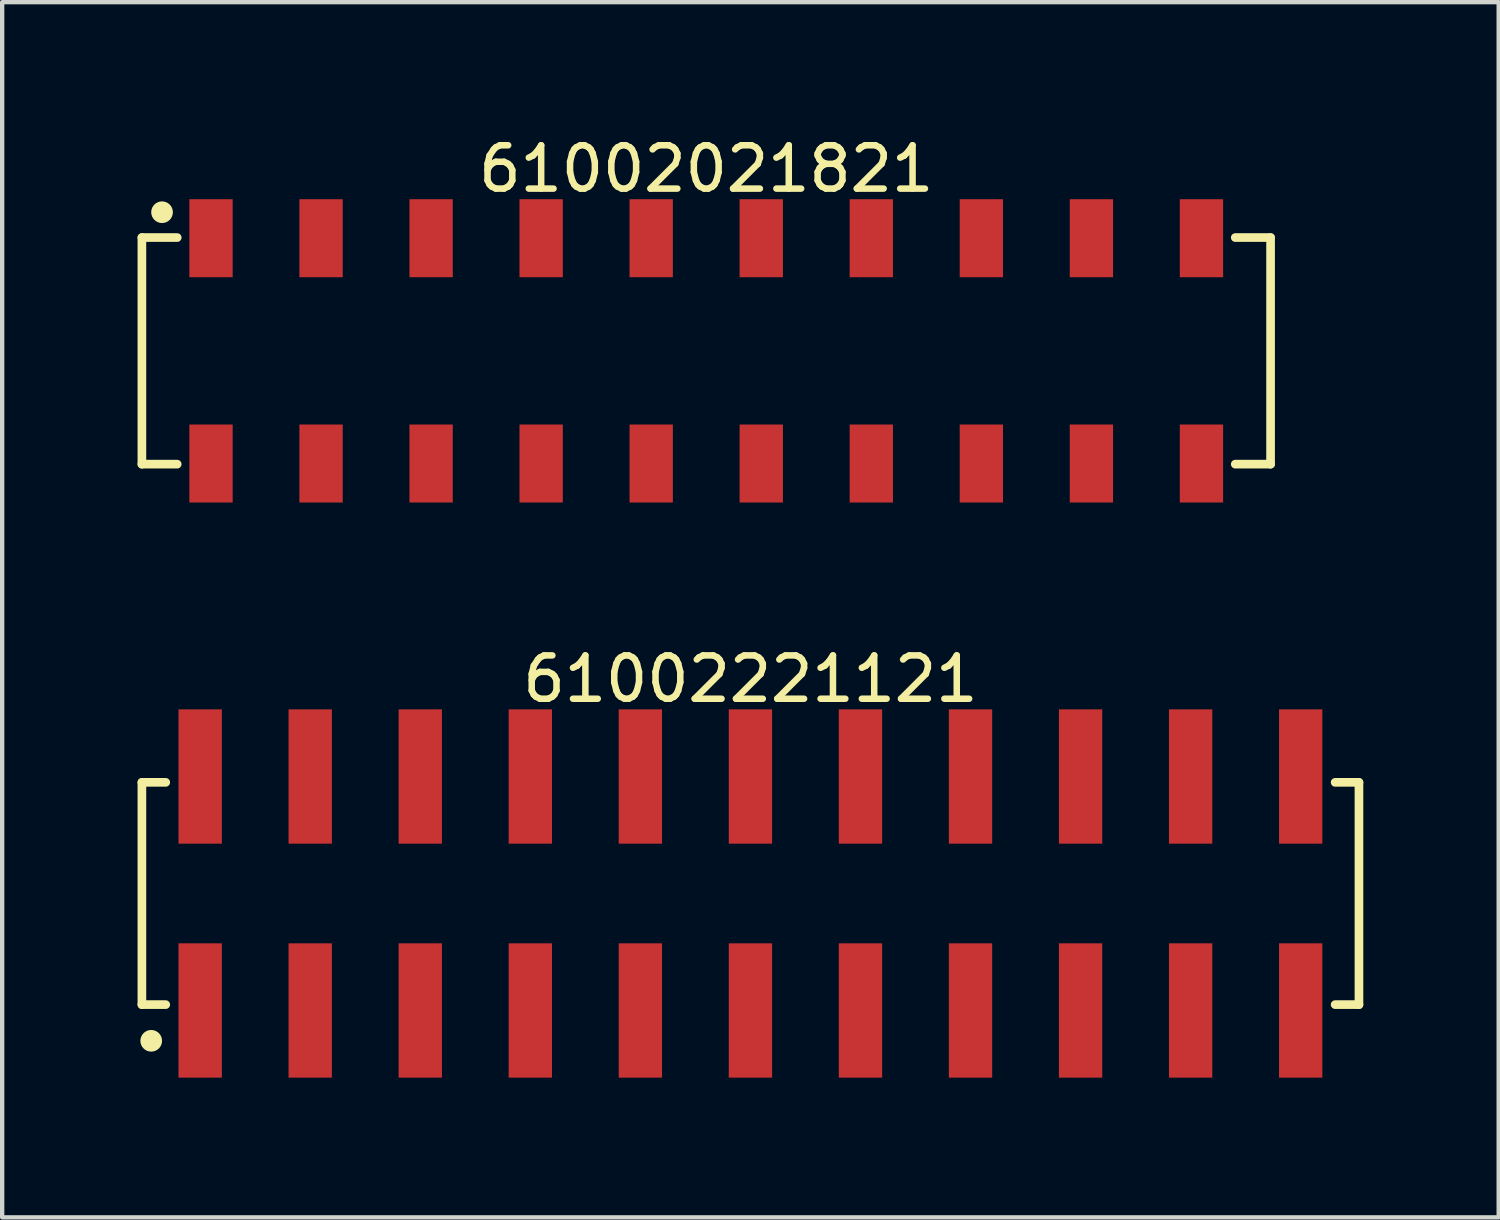
<source format=kicad_pcb>
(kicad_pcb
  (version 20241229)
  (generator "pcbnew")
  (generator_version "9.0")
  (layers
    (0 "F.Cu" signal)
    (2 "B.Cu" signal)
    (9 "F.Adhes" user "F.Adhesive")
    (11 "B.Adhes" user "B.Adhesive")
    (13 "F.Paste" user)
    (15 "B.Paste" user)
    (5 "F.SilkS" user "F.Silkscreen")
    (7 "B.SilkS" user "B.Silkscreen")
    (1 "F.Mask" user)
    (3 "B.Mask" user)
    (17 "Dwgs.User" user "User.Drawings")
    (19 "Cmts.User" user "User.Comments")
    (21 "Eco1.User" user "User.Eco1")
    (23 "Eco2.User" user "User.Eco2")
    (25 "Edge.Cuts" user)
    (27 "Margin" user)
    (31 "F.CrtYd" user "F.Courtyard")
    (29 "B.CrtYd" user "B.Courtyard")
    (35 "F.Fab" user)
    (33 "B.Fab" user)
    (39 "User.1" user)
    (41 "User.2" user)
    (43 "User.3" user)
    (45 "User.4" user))
  (footprint "61002021821"
    (layer "F.Cu")
    (at 13.25 5.048)
    (property "Reference" "61002021821" (at 0 -4.2 0) (layer "F.SilkS") (effects (font (size 1 1) (thickness 0.15))))
    (fp_line (start -13.025 -2.615) (end -12.21 -2.615) (stroke (width 0.2) (type solid)) (layer "F.SilkS"))
    (fp_line (start -13.025 2.615) (end -13.025 -2.615) (stroke (width 0.2) (type solid)) (layer "F.SilkS"))
    (fp_line (start -13.025 2.615) (end -12.21 2.615) (stroke (width 0.2) (type solid)) (layer "F.SilkS"))
    (fp_line (start 12.21 -2.615) (end 13.025 -2.615) (stroke (width 0.2) (type solid)) (layer "F.SilkS"))
    (fp_line (start 12.21 2.615) (end 13.025 2.615) (stroke (width 0.2) (type solid)) (layer "F.SilkS"))
    (fp_line (start 13.025 2.615) (end 13.025 -2.615) (stroke (width 0.2) (type solid)) (layer "F.SilkS"))
    (fp_circle (center -12.56 -3.2) (end -12.56 -3.325) (stroke (width 0.25) (type solid)) (fill no) (layer "F.SilkS"))
    (fp_line (start -13.225 -3.7) (end 13.225 -3.7) (stroke (width 0.05) (type solid)) (layer "Eco2.User"))
    (fp_line (start -13.225 3.7) (end -13.225 -3.7) (stroke (width 0.05) (type solid)) (layer "Eco2.User"))
    (fp_line (start -13.225 3.7) (end 13.225 3.7) (stroke (width 0.05) (type solid)) (layer "Eco2.User"))
    (fp_line (start -12.95 -2.54) (end 12.95 -2.54) (stroke (width 0.1) (type solid)) (layer "Eco2.User"))
    (fp_line (start -12.95 2.54) (end -12.95 -2.54) (stroke (width 0.1) (type solid)) (layer "Eco2.User"))
    (fp_line (start -12.95 2.54) (end 12.95 2.54) (stroke (width 0.1) (type solid)) (layer "Eco2.User"))
    (fp_line (start -11.75 -3.35) (end -11.11 -3.35) (stroke (width 0.1) (type solid)) (layer "Eco2.User"))
    (fp_line (start -11.75 -2.54) (end -11.75 -3.35) (stroke (width 0.1) (type solid)) (layer "Eco2.User"))
    (fp_line (start -11.75 3.35) (end -11.75 2.54) (stroke (width 0.1) (type solid)) (layer "Eco2.User"))
    (fp_line (start -11.75 3.35) (end -11.11 3.35) (stroke (width 0.1) (type solid)) (layer "Eco2.User"))
    (fp_line (start -11.11 -2.54) (end -11.11 -3.35) (stroke (width 0.1) (type solid)) (layer "Eco2.User"))
    (fp_line (start -11.11 3.35) (end -11.11 2.54) (stroke (width 0.1) (type solid)) (layer "Eco2.User"))
    (fp_line (start -9.21 -3.35) (end -8.57 -3.35) (stroke (width 0.1) (type solid)) (layer "Eco2.User"))
    (fp_line (start -9.21 -2.54) (end -9.21 -3.35) (stroke (width 0.1) (type solid)) (layer "Eco2.User"))
    (fp_line (start -9.21 3.35) (end -9.21 2.54) (stroke (width 0.1) (type solid)) (layer "Eco2.User"))
    (fp_line (start -9.21 3.35) (end -8.57 3.35) (stroke (width 0.1) (type solid)) (layer "Eco2.User"))
    (fp_line (start -8.57 -2.54) (end -8.57 -3.35) (stroke (width 0.1) (type solid)) (layer "Eco2.User"))
    (fp_line (start -8.57 3.35) (end -8.57 2.54) (stroke (width 0.1) (type solid)) (layer "Eco2.User"))
    (fp_line (start -6.67 -3.35) (end -6.03 -3.35) (stroke (width 0.1) (type solid)) (layer "Eco2.User"))
    (fp_line (start -6.67 -2.54) (end -6.67 -3.35) (stroke (width 0.1) (type solid)) (layer "Eco2.User"))
    (fp_line (start -6.67 3.35) (end -6.67 2.54) (stroke (width 0.1) (type solid)) (layer "Eco2.User"))
    (fp_line (start -6.67 3.35) (end -6.03 3.35) (stroke (width 0.1) (type solid)) (layer "Eco2.User"))
    (fp_line (start -6.03 -2.54) (end -6.03 -3.35) (stroke (width 0.1) (type solid)) (layer "Eco2.User"))
    (fp_line (start -6.03 3.35) (end -6.03 2.54) (stroke (width 0.1) (type solid)) (layer "Eco2.User"))
    (fp_line (start -4.13 -3.35) (end -3.49 -3.35) (stroke (width 0.1) (type solid)) (layer "Eco2.User"))
    (fp_line (start -4.13 -2.54) (end -4.13 -3.35) (stroke (width 0.1) (type solid)) (layer "Eco2.User"))
    (fp_line (start -4.13 3.35) (end -4.13 2.54) (stroke (width 0.1) (type solid)) (layer "Eco2.User"))
    (fp_line (start -4.13 3.35) (end -3.49 3.35) (stroke (width 0.1) (type solid)) (layer "Eco2.User"))
    (fp_line (start -3.49 -2.54) (end -3.49 -3.35) (stroke (width 0.1) (type solid)) (layer "Eco2.User"))
    (fp_line (start -3.49 3.35) (end -3.49 2.54) (stroke (width 0.1) (type solid)) (layer "Eco2.User"))
    (fp_line (start -1.59 -3.35) (end -0.95 -3.35) (stroke (width 0.1) (type solid)) (layer "Eco2.User"))
    (fp_line (start -1.59 -2.54) (end -1.59 -3.35) (stroke (width 0.1) (type solid)) (layer "Eco2.User"))
    (fp_line (start -1.59 3.35) (end -1.59 2.54) (stroke (width 0.1) (type solid)) (layer "Eco2.User"))
    (fp_line (start -1.59 3.35) (end -0.95 3.35) (stroke (width 0.1) (type solid)) (layer "Eco2.User"))
    (fp_line (start -0.95 -2.54) (end -0.95 -3.35) (stroke (width 0.1) (type solid)) (layer "Eco2.User"))
    (fp_line (start -0.95 3.35) (end -0.95 2.54) (stroke (width 0.1) (type solid)) (layer "Eco2.User"))
    (fp_line (start -0.5 0) (end 0.5 0) (stroke (width 0.05) (type solid)) (layer "Eco2.User"))
    (fp_line (start 0 0.5) (end 0 -0.5) (stroke (width 0.05) (type solid)) (layer "Eco2.User"))
    (fp_line (start 0.95 -3.35) (end 1.59 -3.35) (stroke (width 0.1) (type solid)) (layer "Eco2.User"))
    (fp_line (start 0.95 -2.54) (end 0.95 -3.35) (stroke (width 0.1) (type solid)) (layer "Eco2.User"))
    (fp_line (start 0.95 3.35) (end 0.95 2.54) (stroke (width 0.1) (type solid)) (layer "Eco2.User"))
    (fp_line (start 0.95 3.35) (end 1.59 3.35) (stroke (width 0.1) (type solid)) (layer "Eco2.User"))
    (fp_line (start 1.59 -2.54) (end 1.59 -3.35) (stroke (width 0.1) (type solid)) (layer "Eco2.User"))
    (fp_line (start 1.59 3.35) (end 1.59 2.54) (stroke (width 0.1) (type solid)) (layer "Eco2.User"))
    (fp_line (start 3.49 -3.35) (end 4.13 -3.35) (stroke (width 0.1) (type solid)) (layer "Eco2.User"))
    (fp_line (start 3.49 -2.54) (end 3.49 -3.35) (stroke (width 0.1) (type solid)) (layer "Eco2.User"))
    (fp_line (start 3.49 3.35) (end 3.49 2.54) (stroke (width 0.1) (type solid)) (layer "Eco2.User"))
    (fp_line (start 3.49 3.35) (end 4.13 3.35) (stroke (width 0.1) (type solid)) (layer "Eco2.User"))
    (fp_line (start 4.13 -2.54) (end 4.13 -3.35) (stroke (width 0.1) (type solid)) (layer "Eco2.User"))
    (fp_line (start 4.13 3.35) (end 4.13 2.54) (stroke (width 0.1) (type solid)) (layer "Eco2.User"))
    (fp_line (start 6.03 -3.35) (end 6.67 -3.35) (stroke (width 0.1) (type solid)) (layer "Eco2.User"))
    (fp_line (start 6.03 -2.54) (end 6.03 -3.35) (stroke (width 0.1) (type solid)) (layer "Eco2.User"))
    (fp_line (start 6.03 3.35) (end 6.03 2.54) (stroke (width 0.1) (type solid)) (layer "Eco2.User"))
    (fp_line (start 6.03 3.35) (end 6.67 3.35) (stroke (width 0.1) (type solid)) (layer "Eco2.User"))
    (fp_line (start 6.67 -2.54) (end 6.67 -3.35) (stroke (width 0.1) (type solid)) (layer "Eco2.User"))
    (fp_line (start 6.67 3.35) (end 6.67 2.54) (stroke (width 0.1) (type solid)) (layer "Eco2.User"))
    (fp_line (start 8.57 -3.35) (end 9.21 -3.35) (stroke (width 0.1) (type solid)) (layer "Eco2.User"))
    (fp_line (start 8.57 -2.54) (end 8.57 -3.35) (stroke (width 0.1) (type solid)) (layer "Eco2.User"))
    (fp_line (start 8.57 3.35) (end 8.57 2.54) (stroke (width 0.1) (type solid)) (layer "Eco2.User"))
    (fp_line (start 8.57 3.35) (end 9.21 3.35) (stroke (width 0.1) (type solid)) (layer "Eco2.User"))
    (fp_line (start 9.21 -2.54) (end 9.21 -3.35) (stroke (width 0.1) (type solid)) (layer "Eco2.User"))
    (fp_line (start 9.21 3.35) (end 9.21 2.54) (stroke (width 0.1) (type solid)) (layer "Eco2.User"))
    (fp_line (start 11.11 -3.35) (end 11.75 -3.35) (stroke (width 0.1) (type solid)) (layer "Eco2.User"))
    (fp_line (start 11.11 -2.54) (end 11.11 -3.35) (stroke (width 0.1) (type solid)) (layer "Eco2.User"))
    (fp_line (start 11.11 3.35) (end 11.11 2.54) (stroke (width 0.1) (type solid)) (layer "Eco2.User"))
    (fp_line (start 11.11 3.35) (end 11.75 3.35) (stroke (width 0.1) (type solid)) (layer "Eco2.User"))
    (fp_line (start 11.75 -2.54) (end 11.75 -3.35) (stroke (width 0.1) (type solid)) (layer "Eco2.User"))
    (fp_line (start 11.75 3.35) (end 11.75 2.54) (stroke (width 0.1) (type solid)) (layer "Eco2.User"))
    (fp_line (start 12.95 2.54) (end 12.95 -2.54) (stroke (width 0.1) (type solid)) (layer "Eco2.User"))
    (fp_line (start 13.225 3.7) (end 13.225 -3.7) (stroke (width 0.05) (type solid)) (layer "Eco2.User"))
    (fp_text user "${REFERENCE}" (at 0.15 -0.197 0) (unlocked yes) (layer "User.3") (effects (font (size 1.5 1.5) (thickness 0.15))))
    (pad "1" smd rect (at -11.43 -2.6) (size 1 1.8) (layers "F.Cu" "F.Mask" "F.Paste"))
    (pad "2" smd rect (at -11.43 2.6) (size 1 1.8) (layers "F.Cu" "F.Mask" "F.Paste"))
    (pad "3" smd rect (at -8.89 -2.6) (size 1 1.8) (layers "F.Cu" "F.Mask" "F.Paste"))
    (pad "4" smd rect (at -8.89 2.6) (size 1 1.8) (layers "F.Cu" "F.Mask" "F.Paste"))
    (pad "5" smd rect (at -6.35 -2.6) (size 1 1.8) (layers "F.Cu" "F.Mask" "F.Paste"))
    (pad "6" smd rect (at -6.35 2.6) (size 1 1.8) (layers "F.Cu" "F.Mask" "F.Paste"))
    (pad "7" smd rect (at -3.81 -2.6) (size 1 1.8) (layers "F.Cu" "F.Mask" "F.Paste"))
    (pad "8" smd rect (at -3.81 2.6) (size 1 1.8) (layers "F.Cu" "F.Mask" "F.Paste"))
    (pad "9" smd rect (at -1.27 -2.6) (size 1 1.8) (layers "F.Cu" "F.Mask" "F.Paste"))
    (pad "10" smd rect (at -1.27 2.6) (size 1 1.8) (layers "F.Cu" "F.Mask" "F.Paste"))
    (pad "11" smd rect (at 1.27 -2.6) (size 1 1.8) (layers "F.Cu" "F.Mask" "F.Paste"))
    (pad "12" smd rect (at 1.27 2.6) (size 1 1.8) (layers "F.Cu" "F.Mask" "F.Paste"))
    (pad "13" smd rect (at 3.81 -2.6) (size 1 1.8) (layers "F.Cu" "F.Mask" "F.Paste"))
    (pad "14" smd rect (at 3.81 2.6) (size 1 1.8) (layers "F.Cu" "F.Mask" "F.Paste"))
    (pad "15" smd rect (at 6.35 -2.6) (size 1 1.8) (layers "F.Cu" "F.Mask" "F.Paste"))
    (pad "16" smd rect (at 6.35 2.6) (size 1 1.8) (layers "F.Cu" "F.Mask" "F.Paste"))
    (pad "17" smd rect (at 8.89 -2.6) (size 1 1.8) (layers "F.Cu" "F.Mask" "F.Paste"))
    (pad "18" smd rect (at 8.89 2.6) (size 1 1.8) (layers "F.Cu" "F.Mask" "F.Paste"))
    (pad "19" smd rect (at 11.43 -2.6) (size 1 1.8) (layers "F.Cu" "F.Mask" "F.Paste"))
    (pad "20" smd rect (at 11.43 2.6) (size 1 1.8) (layers "F.Cu" "F.Mask" "F.Paste")))
  (footprint "61002221121"
    (layer "F.Cu")
    (at 14.27 17.572)
    (property "Reference" "61002221121" (at 0 -4.95 0) (layer "F.SilkS") (effects (font (size 1 1) (thickness 0.15))))
    (fp_line (start -14.045 -2.565) (end -13.495 -2.565) (stroke (width 0.2) (type solid)) (layer "F.SilkS"))
    (fp_line (start -14.045 2.565) (end -14.045 -2.565) (stroke (width 0.2) (type solid)) (layer "F.SilkS"))
    (fp_line (start -14.045 2.565) (end -13.495 2.565) (stroke (width 0.2) (type solid)) (layer "F.SilkS"))
    (fp_line (start 13.495 -2.565) (end 14.045 -2.565) (stroke (width 0.2) (type solid)) (layer "F.SilkS"))
    (fp_line (start 13.495 2.565) (end 14.045 2.565) (stroke (width 0.2) (type solid)) (layer "F.SilkS"))
    (fp_line (start 14.045 2.565) (end 14.045 -2.565) (stroke (width 0.2) (type solid)) (layer "F.SilkS"))
    (fp_circle (center -13.83 3.4) (end -13.83 3.275) (stroke (width 0.25) (type solid)) (fill no) (layer "F.SilkS"))
    (fp_line (start -14.245 -4.45) (end 14.245 -4.45) (stroke (width 0.05) (type solid)) (layer "Eco2.User"))
    (fp_line (start -14.245 4.45) (end -14.245 -4.45) (stroke (width 0.05) (type solid)) (layer "Eco2.User"))
    (fp_line (start -14.245 4.45) (end 14.245 4.45) (stroke (width 0.05) (type solid)) (layer "Eco2.User"))
    (fp_line (start -13.97 -2.54) (end 13.97 -2.54) (stroke (width 0.1) (type solid)) (layer "Eco2.User"))
    (fp_line (start -13.97 2.54) (end -13.97 -2.54) (stroke (width 0.1) (type solid)) (layer "Eco2.User"))
    (fp_line (start -13.97 2.54) (end 13.97 2.54) (stroke (width 0.1) (type solid)) (layer "Eco2.User"))
    (fp_line (start -13.02 -3.75) (end -12.38 -3.75) (stroke (width 0.1) (type solid)) (layer "Eco2.User"))
    (fp_line (start -13.02 -2.54) (end -13.02 -3.75) (stroke (width 0.1) (type solid)) (layer "Eco2.User"))
    (fp_line (start -13.02 3.75) (end -13.02 2.54) (stroke (width 0.1) (type solid)) (layer "Eco2.User"))
    (fp_line (start -13.02 3.75) (end -12.38 3.75) (stroke (width 0.1) (type solid)) (layer "Eco2.User"))
    (fp_line (start -12.38 -2.54) (end -12.38 -3.75) (stroke (width 0.1) (type solid)) (layer "Eco2.User"))
    (fp_line (start -12.38 3.75) (end -12.38 2.54) (stroke (width 0.1) (type solid)) (layer "Eco2.User"))
    (fp_line (start -10.48 -3.75) (end -9.84 -3.75) (stroke (width 0.1) (type solid)) (layer "Eco2.User"))
    (fp_line (start -10.48 -2.54) (end -10.48 -3.75) (stroke (width 0.1) (type solid)) (layer "Eco2.User"))
    (fp_line (start -10.48 3.75) (end -10.48 2.54) (stroke (width 0.1) (type solid)) (layer "Eco2.User"))
    (fp_line (start -10.48 3.75) (end -9.84 3.75) (stroke (width 0.1) (type solid)) (layer "Eco2.User"))
    (fp_line (start -9.84 -2.54) (end -9.84 -3.75) (stroke (width 0.1) (type solid)) (layer "Eco2.User"))
    (fp_line (start -9.84 3.75) (end -9.84 2.54) (stroke (width 0.1) (type solid)) (layer "Eco2.User"))
    (fp_line (start -7.94 -3.75) (end -7.3 -3.75) (stroke (width 0.1) (type solid)) (layer "Eco2.User"))
    (fp_line (start -7.94 -2.54) (end -7.94 -3.75) (stroke (width 0.1) (type solid)) (layer "Eco2.User"))
    (fp_line (start -7.94 3.75) (end -7.94 2.54) (stroke (width 0.1) (type solid)) (layer "Eco2.User"))
    (fp_line (start -7.94 3.75) (end -7.3 3.75) (stroke (width 0.1) (type solid)) (layer "Eco2.User"))
    (fp_line (start -7.3 -2.54) (end -7.3 -3.75) (stroke (width 0.1) (type solid)) (layer "Eco2.User"))
    (fp_line (start -7.3 3.75) (end -7.3 2.54) (stroke (width 0.1) (type solid)) (layer "Eco2.User"))
    (fp_line (start -5.4 -3.75) (end -4.76 -3.75) (stroke (width 0.1) (type solid)) (layer "Eco2.User"))
    (fp_line (start -5.4 -2.54) (end -5.4 -3.75) (stroke (width 0.1) (type solid)) (layer "Eco2.User"))
    (fp_line (start -5.4 3.75) (end -5.4 2.54) (stroke (width 0.1) (type solid)) (layer "Eco2.User"))
    (fp_line (start -5.4 3.75) (end -4.76 3.75) (stroke (width 0.1) (type solid)) (layer "Eco2.User"))
    (fp_line (start -4.76 -2.54) (end -4.76 -3.75) (stroke (width 0.1) (type solid)) (layer "Eco2.User"))
    (fp_line (start -4.76 3.75) (end -4.76 2.54) (stroke (width 0.1) (type solid)) (layer "Eco2.User"))
    (fp_line (start -2.86 -3.75) (end -2.22 -3.75) (stroke (width 0.1) (type solid)) (layer "Eco2.User"))
    (fp_line (start -2.86 -2.54) (end -2.86 -3.75) (stroke (width 0.1) (type solid)) (layer "Eco2.User"))
    (fp_line (start -2.86 3.75) (end -2.86 2.54) (stroke (width 0.1) (type solid)) (layer "Eco2.User"))
    (fp_line (start -2.86 3.75) (end -2.22 3.75) (stroke (width 0.1) (type solid)) (layer "Eco2.User"))
    (fp_line (start -2.22 -2.54) (end -2.22 -3.75) (stroke (width 0.1) (type solid)) (layer "Eco2.User"))
    (fp_line (start -2.22 3.75) (end -2.22 2.54) (stroke (width 0.1) (type solid)) (layer "Eco2.User"))
    (fp_line (start -0.5 0) (end 0.5 0) (stroke (width 0.05) (type solid)) (layer "Eco2.User"))
    (fp_line (start -0.32 -3.75) (end 0.32 -3.75) (stroke (width 0.1) (type solid)) (layer "Eco2.User"))
    (fp_line (start -0.32 -2.54) (end -0.32 -3.75) (stroke (width 0.1) (type solid)) (layer "Eco2.User"))
    (fp_line (start -0.32 3.75) (end -0.32 2.54) (stroke (width 0.1) (type solid)) (layer "Eco2.User"))
    (fp_line (start -0.32 3.75) (end 0.32 3.75) (stroke (width 0.1) (type solid)) (layer "Eco2.User"))
    (fp_line (start 0 0.5) (end 0 -0.5) (stroke (width 0.05) (type solid)) (layer "Eco2.User"))
    (fp_line (start 0.32 -2.54) (end 0.32 -3.75) (stroke (width 0.1) (type solid)) (layer "Eco2.User"))
    (fp_line (start 0.32 3.75) (end 0.32 2.54) (stroke (width 0.1) (type solid)) (layer "Eco2.User"))
    (fp_line (start 2.22 -3.75) (end 2.86 -3.75) (stroke (width 0.1) (type solid)) (layer "Eco2.User"))
    (fp_line (start 2.22 -2.54) (end 2.22 -3.75) (stroke (width 0.1) (type solid)) (layer "Eco2.User"))
    (fp_line (start 2.22 3.75) (end 2.22 2.54) (stroke (width 0.1) (type solid)) (layer "Eco2.User"))
    (fp_line (start 2.22 3.75) (end 2.86 3.75) (stroke (width 0.1) (type solid)) (layer "Eco2.User"))
    (fp_line (start 2.86 -2.54) (end 2.86 -3.75) (stroke (width 0.1) (type solid)) (layer "Eco2.User"))
    (fp_line (start 2.86 3.75) (end 2.86 2.54) (stroke (width 0.1) (type solid)) (layer "Eco2.User"))
    (fp_line (start 4.76 -3.75) (end 5.4 -3.75) (stroke (width 0.1) (type solid)) (layer "Eco2.User"))
    (fp_line (start 4.76 -2.54) (end 4.76 -3.75) (stroke (width 0.1) (type solid)) (layer "Eco2.User"))
    (fp_line (start 4.76 3.75) (end 4.76 2.54) (stroke (width 0.1) (type solid)) (layer "Eco2.User"))
    (fp_line (start 4.76 3.75) (end 5.4 3.75) (stroke (width 0.1) (type solid)) (layer "Eco2.User"))
    (fp_line (start 5.4 -2.54) (end 5.4 -3.75) (stroke (width 0.1) (type solid)) (layer "Eco2.User"))
    (fp_line (start 5.4 3.75) (end 5.4 2.54) (stroke (width 0.1) (type solid)) (layer "Eco2.User"))
    (fp_line (start 7.3 -3.75) (end 7.94 -3.75) (stroke (width 0.1) (type solid)) (layer "Eco2.User"))
    (fp_line (start 7.3 -2.54) (end 7.3 -3.75) (stroke (width 0.1) (type solid)) (layer "Eco2.User"))
    (fp_line (start 7.3 3.75) (end 7.3 2.54) (stroke (width 0.1) (type solid)) (layer "Eco2.User"))
    (fp_line (start 7.3 3.75) (end 7.94 3.75) (stroke (width 0.1) (type solid)) (layer "Eco2.User"))
    (fp_line (start 7.94 -2.54) (end 7.94 -3.75) (stroke (width 0.1) (type solid)) (layer "Eco2.User"))
    (fp_line (start 7.94 3.75) (end 7.94 2.54) (stroke (width 0.1) (type solid)) (layer "Eco2.User"))
    (fp_line (start 9.84 -3.75) (end 10.48 -3.75) (stroke (width 0.1) (type solid)) (layer "Eco2.User"))
    (fp_line (start 9.84 -2.54) (end 9.84 -3.75) (stroke (width 0.1) (type solid)) (layer "Eco2.User"))
    (fp_line (start 9.84 3.75) (end 9.84 2.54) (stroke (width 0.1) (type solid)) (layer "Eco2.User"))
    (fp_line (start 9.84 3.75) (end 10.48 3.75) (stroke (width 0.1) (type solid)) (layer "Eco2.User"))
    (fp_line (start 10.48 -2.54) (end 10.48 -3.75) (stroke (width 0.1) (type solid)) (layer "Eco2.User"))
    (fp_line (start 10.48 3.75) (end 10.48 2.54) (stroke (width 0.1) (type solid)) (layer "Eco2.User"))
    (fp_line (start 12.38 -3.75) (end 13.02 -3.75) (stroke (width 0.1) (type solid)) (layer "Eco2.User"))
    (fp_line (start 12.38 -2.54) (end 12.38 -3.75) (stroke (width 0.1) (type solid)) (layer "Eco2.User"))
    (fp_line (start 12.38 3.75) (end 12.38 2.54) (stroke (width 0.1) (type solid)) (layer "Eco2.User"))
    (fp_line (start 12.38 3.75) (end 13.02 3.75) (stroke (width 0.1) (type solid)) (layer "Eco2.User"))
    (fp_line (start 13.02 -2.54) (end 13.02 -3.75) (stroke (width 0.1) (type solid)) (layer "Eco2.User"))
    (fp_line (start 13.02 3.75) (end 13.02 2.54) (stroke (width 0.1) (type solid)) (layer "Eco2.User"))
    (fp_line (start 13.97 2.54) (end 13.97 -2.54) (stroke (width 0.1) (type solid)) (layer "Eco2.User"))
    (fp_line (start 14.245 4.45) (end 14.245 -4.45) (stroke (width 0.05) (type solid)) (layer "Eco2.User"))
    (fp_text user "${REFERENCE}" (at 0.15 -0.197 0) (unlocked yes) (layer "User.3") (effects (font (size 1.5 1.5) (thickness 0.15))))
    (pad "1" smd rect (at -12.7 2.7) (size 1 3.1) (layers "F.Cu" "F.Mask" "F.Paste"))
    (pad "2" smd rect (at -12.7 -2.7) (size 1 3.1) (layers "F.Cu" "F.Mask" "F.Paste"))
    (pad "3" smd rect (at -10.16 2.7) (size 1 3.1) (layers "F.Cu" "F.Mask" "F.Paste"))
    (pad "4" smd rect (at -10.16 -2.7) (size 1 3.1) (layers "F.Cu" "F.Mask" "F.Paste"))
    (pad "5" smd rect (at -7.62 2.7) (size 1 3.1) (layers "F.Cu" "F.Mask" "F.Paste"))
    (pad "6" smd rect (at -7.62 -2.7) (size 1 3.1) (layers "F.Cu" "F.Mask" "F.Paste"))
    (pad "7" smd rect (at -5.08 2.7) (size 1 3.1) (layers "F.Cu" "F.Mask" "F.Paste"))
    (pad "8" smd rect (at -5.08 -2.7) (size 1 3.1) (layers "F.Cu" "F.Mask" "F.Paste"))
    (pad "9" smd rect (at -2.54 2.7) (size 1 3.1) (layers "F.Cu" "F.Mask" "F.Paste"))
    (pad "10" smd rect (at -2.54 -2.7) (size 1 3.1) (layers "F.Cu" "F.Mask" "F.Paste"))
    (pad "11" smd rect (at 0 2.7) (size 1 3.1) (layers "F.Cu" "F.Mask" "F.Paste"))
    (pad "12" smd rect (at 0 -2.7) (size 1 3.1) (layers "F.Cu" "F.Mask" "F.Paste"))
    (pad "13" smd rect (at 2.54 2.7) (size 1 3.1) (layers "F.Cu" "F.Mask" "F.Paste"))
    (pad "14" smd rect (at 2.54 -2.7) (size 1 3.1) (layers "F.Cu" "F.Mask" "F.Paste"))
    (pad "15" smd rect (at 5.08 2.7) (size 1 3.1) (layers "F.Cu" "F.Mask" "F.Paste"))
    (pad "16" smd rect (at 5.08 -2.7) (size 1 3.1) (layers "F.Cu" "F.Mask" "F.Paste"))
    (pad "17" smd rect (at 7.62 2.7) (size 1 3.1) (layers "F.Cu" "F.Mask" "F.Paste"))
    (pad "18" smd rect (at 7.62 -2.7) (size 1 3.1) (layers "F.Cu" "F.Mask" "F.Paste"))
    (pad "19" smd rect (at 10.16 2.7) (size 1 3.1) (layers "F.Cu" "F.Mask" "F.Paste"))
    (pad "20" smd rect (at 10.16 -2.7) (size 1 3.1) (layers "F.Cu" "F.Mask" "F.Paste"))
    (pad "21" smd rect (at 12.7 2.7) (size 1 3.1) (layers "F.Cu" "F.Mask" "F.Paste"))
    (pad "22" smd rect (at 12.7 -2.7) (size 1 3.1) (layers "F.Cu" "F.Mask" "F.Paste")))
  (gr_rect
    (start -3 -3)
    (end 31.54 25.047)
    (stroke (width 0.1) (type default))
    (fill no)
    (layer "Edge.Cuts")))
</source>
